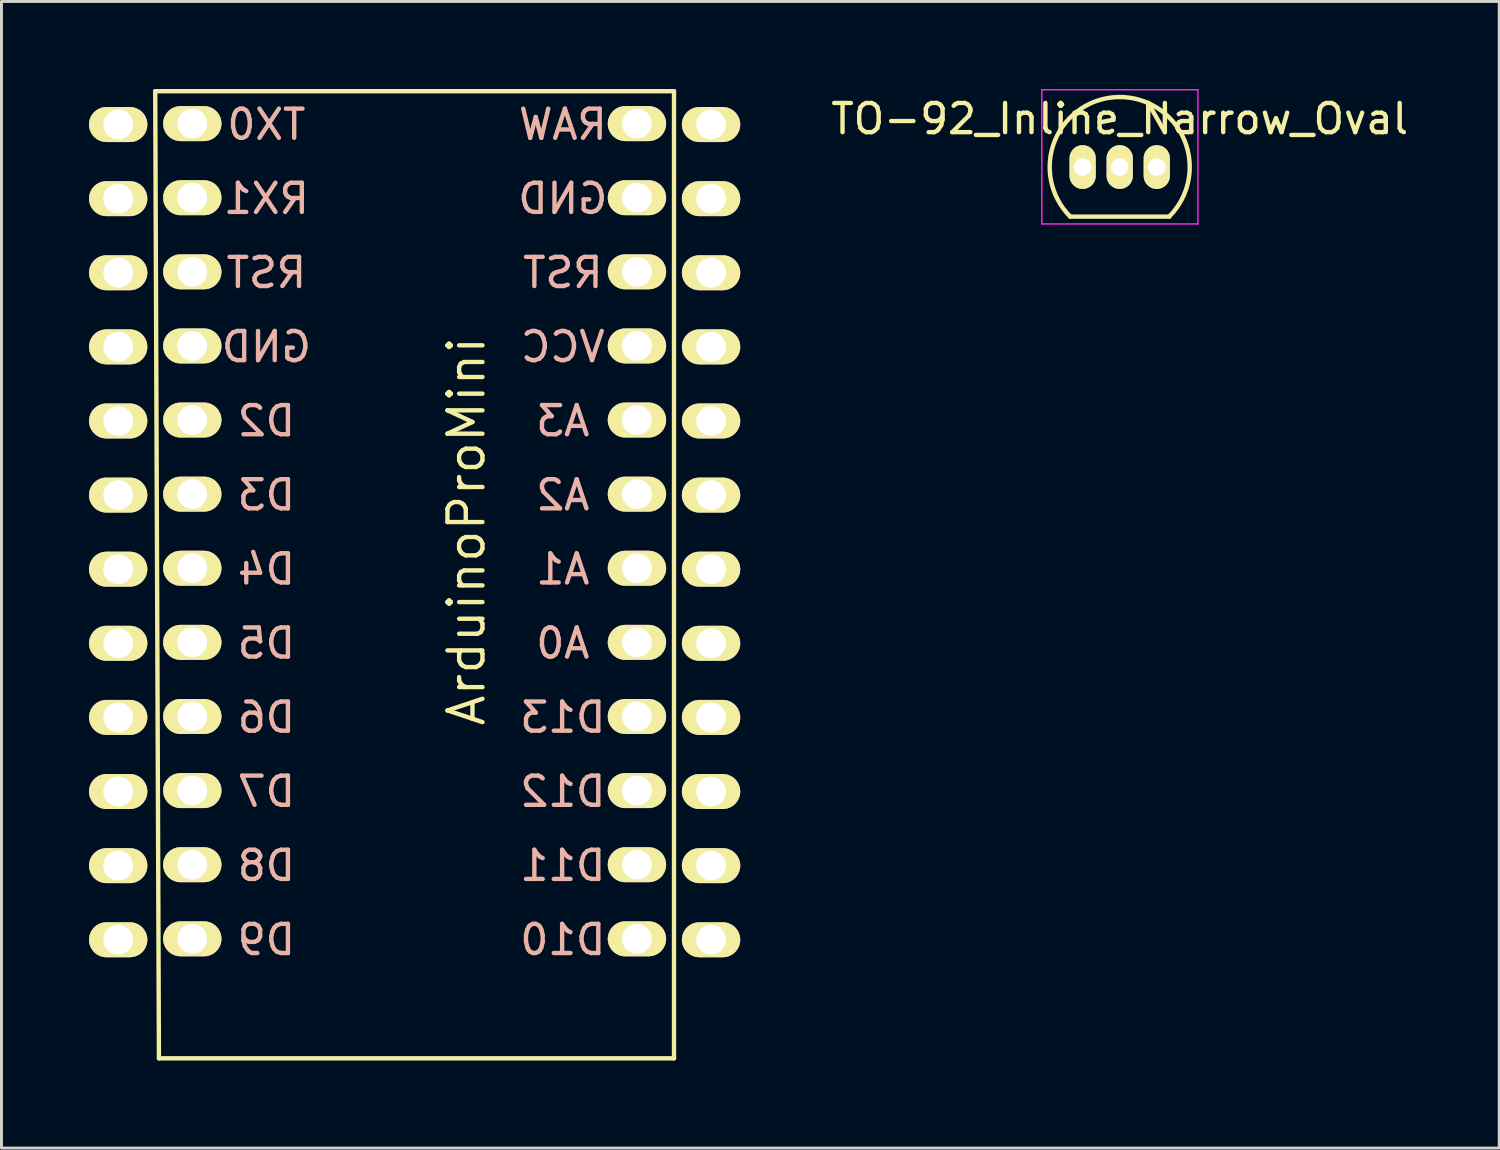
<source format=kicad_pcb>
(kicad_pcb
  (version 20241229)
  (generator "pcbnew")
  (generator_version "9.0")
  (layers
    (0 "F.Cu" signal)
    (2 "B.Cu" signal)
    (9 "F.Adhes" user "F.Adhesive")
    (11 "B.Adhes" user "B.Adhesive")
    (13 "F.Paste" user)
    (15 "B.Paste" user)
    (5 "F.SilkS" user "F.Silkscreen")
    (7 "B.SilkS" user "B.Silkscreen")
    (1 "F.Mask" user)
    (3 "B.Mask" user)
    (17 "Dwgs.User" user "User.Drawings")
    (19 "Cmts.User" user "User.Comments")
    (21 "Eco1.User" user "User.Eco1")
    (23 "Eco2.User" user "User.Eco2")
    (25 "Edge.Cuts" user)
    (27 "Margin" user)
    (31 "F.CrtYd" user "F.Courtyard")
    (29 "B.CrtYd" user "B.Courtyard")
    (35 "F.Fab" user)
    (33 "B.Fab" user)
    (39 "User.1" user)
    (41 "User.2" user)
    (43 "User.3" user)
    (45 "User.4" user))
  (footprint "ArduinoProMini"
    (layer "F.Cu")
    (at 11.16 18.998)
    (property "Reference" "ArduinoProMini" (at 1.778 -3.842 270) (layer "F.SilkS") (effects (font (size 1.2 1.2) (thickness 0.15))))
    (attr through_hole)
    (fp_line (start -8.89 -18.923) (end 8.89 -18.923) (stroke (width 0.15) (type solid)) (layer "F.SilkS"))
    (fp_line (start -8.763 14.224) (end -8.89 -18.923) (stroke (width 0.15) (type solid)) (layer "F.SilkS"))
    (fp_line (start 8.89 -18.923) (end 8.89 14.224) (stroke (width 0.15) (type solid)) (layer "F.SilkS"))
    (fp_line (start 8.89 14.224) (end -8.763 14.224) (stroke (width 0.15) (type solid)) (layer "F.SilkS"))
    (fp_text user "D6" (at -5.08 2.54 0) (layer "B.SilkS") (effects (font (size 1 1) (thickness 0.15)) (justify mirror)))
    (fp_text user "A1" (at 5.08 -2.54 0) (layer "B.SilkS") (effects (font (size 1 1) (thickness 0.15)) (justify mirror)))
    (fp_text user "D3" (at -5.08 -5.08 0) (layer "B.SilkS") (effects (font (size 1 1) (thickness 0.15)) (justify mirror)))
    (fp_text user "A0" (at 5.08 0 0) (layer "B.SilkS") (effects (font (size 1 1) (thickness 0.15)) (justify mirror)))
    (fp_text user "D8" (at -5.08 7.62 0) (layer "B.SilkS") (effects (font (size 1 1) (thickness 0.15)) (justify mirror)))
    (fp_text user "RAW" (at 5.08 -17.78 0) (layer "B.SilkS") (effects (font (size 1 1) (thickness 0.15)) (justify mirror)))
    (fp_text user "TX0" (at -5.08 -17.78 0) (layer "B.SilkS") (effects (font (size 1 1) (thickness 0.15)) (justify mirror)))
    (fp_text user "GND" (at 5.08 -15.24 0) (layer "B.SilkS") (effects (font (size 1 1) (thickness 0.15)) (justify mirror)))
    (fp_text user "RST" (at -5.08 -12.7 0) (layer "B.SilkS") (effects (font (size 1 1) (thickness 0.15)) (justify mirror)))
    (fp_text user "D10" (at 5.08 10.16 0) (layer "B.SilkS") (effects (font (size 1 1) (thickness 0.15)) (justify mirror)))
    (fp_text user "A3" (at 5.08 -7.62 0) (layer "B.SilkS") (effects (font (size 1 1) (thickness 0.15)) (justify mirror)))
    (fp_text user "D7" (at -5.08 5.08 0) (layer "B.SilkS") (effects (font (size 1 1) (thickness 0.15)) (justify mirror)))
    (fp_text user "A2" (at 5.08 -5.08 0) (layer "B.SilkS") (effects (font (size 1 1) (thickness 0.15)) (justify mirror)))
    (fp_text user "D4" (at -5.08 -2.54 0) (layer "B.SilkS") (effects (font (size 1 1) (thickness 0.15)) (justify mirror)))
    (fp_text user "D11" (at 5.08 7.62 0) (layer "B.SilkS") (effects (font (size 1 1) (thickness 0.15)) (justify mirror)))
    (fp_text user "D13" (at 5.08 2.54 0) (layer "B.SilkS") (effects (font (size 1 1) (thickness 0.15)) (justify mirror)))
    (fp_text user "RX1" (at -5.08 -15.24 0) (layer "B.SilkS") (effects (font (size 1 1) (thickness 0.15)) (justify mirror)))
    (fp_text user "D12" (at 5.08 5.08 0) (layer "B.SilkS") (effects (font (size 1 1) (thickness 0.15)) (justify mirror)))
    (fp_text user "D5" (at -5.08 0 0) (layer "B.SilkS") (effects (font (size 1 1) (thickness 0.15)) (justify mirror)))
    (fp_text user "D9" (at -5.08 10.16 0) (layer "B.SilkS") (effects (font (size 1 1) (thickness 0.15)) (justify mirror)))
    (fp_text user "GND" (at -5.08 -10.16 0) (layer "B.SilkS") (effects (font (size 1 1) (thickness 0.15)) (justify mirror)))
    (fp_text user "VCC" (at 5.08 -10.16 0) (layer "B.SilkS") (effects (font (size 1 1) (thickness 0.15)) (justify mirror)))
    (fp_text user "RST" (at 5.08 -12.7 0) (layer "B.SilkS") (effects (font (size 1 1) (thickness 0.15)) (justify mirror)))
    (fp_text user "D2" (at -5.08 -7.62 0) (layer "B.SilkS") (effects (font (size 1 1) (thickness 0.15)) (justify mirror)))
    (pad "1" thru_hole oval (at -10.16 -17.78) (size 2 1.2) (drill 1.02) (layers "*.Cu" "*.Mask" "F.SilkS"))
    (pad "1" thru_hole oval (at -7.62 -17.812 270) (size 1.2 2) (drill 1.02) (layers "*.Cu" "*.Mask" "F.SilkS"))
    (pad "2" thru_hole oval (at -10.16 -15.24) (size 2 1.2) (drill 1.02) (layers "*.Cu" "*.Mask" "F.SilkS"))
    (pad "2" thru_hole oval (at -7.62 -15.272 270) (size 1.2 2) (drill 1.02) (layers "*.Cu" "*.Mask" "F.SilkS"))
    (pad "3" thru_hole oval (at -10.16 -12.7) (size 2 1.2) (drill 1.02) (layers "*.Cu" "*.Mask" "F.SilkS"))
    (pad "3" thru_hole oval (at -7.62 -12.732 270) (size 1.2 2) (drill 1.02) (layers "*.Cu" "*.Mask" "F.SilkS"))
    (pad "4" thru_hole oval (at -10.16 -10.16) (size 2 1.2) (drill 1.02) (layers "*.Cu" "*.Mask" "F.SilkS"))
    (pad "4" thru_hole oval (at -7.62 -10.192 270) (size 1.2 2) (drill 1.02) (layers "*.Cu" "*.Mask" "F.SilkS"))
    (pad "5" thru_hole oval (at -10.16 -7.62) (size 2 1.2) (drill 1.02) (layers "*.Cu" "*.Mask" "F.SilkS"))
    (pad "5" thru_hole oval (at -7.62 -7.652 270) (size 1.2 2) (drill 1.02) (layers "*.Cu" "*.Mask" "F.SilkS"))
    (pad "6" thru_hole oval (at -10.16 -5.08) (size 2 1.2) (drill 1.02) (layers "*.Cu" "*.Mask" "F.SilkS"))
    (pad "6" thru_hole oval (at -7.62 -5.112 270) (size 1.2 2) (drill 1.02) (layers "*.Cu" "*.Mask" "F.SilkS"))
    (pad "7" thru_hole oval (at -10.16 -2.54) (size 2 1.2) (drill 1.02) (layers "*.Cu" "*.Mask" "F.SilkS"))
    (pad "7" thru_hole oval (at -7.62 -2.572 270) (size 1.2 2) (drill 1.02) (layers "*.Cu" "*.Mask" "F.SilkS"))
    (pad "8" thru_hole oval (at -10.16 0) (size 2 1.2) (drill 1.02) (layers "*.Cu" "*.Mask" "F.SilkS"))
    (pad "8" thru_hole oval (at -7.62 -0.032 270) (size 1.2 2) (drill 1.02) (layers "*.Cu" "*.Mask" "F.SilkS"))
    (pad "9" thru_hole oval (at -10.16 2.54) (size 2 1.2) (drill 1.02) (layers "*.Cu" "*.Mask" "F.SilkS"))
    (pad "9" thru_hole oval (at -7.62 2.508 270) (size 1.2 2) (drill 1.02) (layers "*.Cu" "*.Mask" "F.SilkS"))
    (pad "10" thru_hole oval (at -10.16 5.08) (size 2 1.2) (drill 1.02) (layers "*.Cu" "*.Mask" "F.SilkS"))
    (pad "10" thru_hole oval (at -7.62 5.048 270) (size 1.2 2) (drill 1.02) (layers "*.Cu" "*.Mask" "F.SilkS"))
    (pad "11" thru_hole oval (at -10.16 7.62) (size 2 1.2) (drill 1.02) (layers "*.Cu" "*.Mask" "F.SilkS"))
    (pad "11" thru_hole oval (at -7.62 7.588 270) (size 1.2 2) (drill 1.02) (layers "*.Cu" "*.Mask" "F.SilkS"))
    (pad "12" thru_hole oval (at -10.16 10.16) (size 2 1.2) (drill 1.02) (layers "*.Cu" "*.Mask" "F.SilkS"))
    (pad "12" thru_hole oval (at -7.62 10.128 270) (size 1.2 2) (drill 1.02) (layers "*.Cu" "*.Mask" "F.SilkS"))
    (pad "13" thru_hole oval (at 7.62 10.128 270) (size 1.2 2) (drill 1.02) (layers "*.Cu" "*.Mask" "F.SilkS"))
    (pad "13" thru_hole oval (at 10.16 10.16) (size 2 1.2) (drill 1.02) (layers "*.Cu" "*.Mask" "F.SilkS"))
    (pad "14" thru_hole oval (at 7.62 7.588 270) (size 1.2 2) (drill 1.02) (layers "*.Cu" "*.Mask" "F.SilkS"))
    (pad "14" thru_hole oval (at 10.16 7.62) (size 2 1.2) (drill 1.02) (layers "*.Cu" "*.Mask" "F.SilkS"))
    (pad "15" thru_hole oval (at 7.62 5.048 270) (size 1.2 2) (drill 1.02) (layers "*.Cu" "*.Mask" "F.SilkS"))
    (pad "15" thru_hole oval (at 10.16 5.08) (size 2 1.2) (drill 1.02) (layers "*.Cu" "*.Mask" "F.SilkS"))
    (pad "16" thru_hole oval (at 7.62 2.508 270) (size 1.2 2) (drill 1.02) (layers "*.Cu" "*.Mask" "F.SilkS"))
    (pad "16" thru_hole oval (at 10.16 2.54) (size 2 1.2) (drill 1.02) (layers "*.Cu" "*.Mask" "F.SilkS"))
    (pad "17" thru_hole oval (at 7.62 -0.032 270) (size 1.2 2) (drill 1.02) (layers "*.Cu" "*.Mask" "F.SilkS"))
    (pad "17" thru_hole oval (at 10.16 0) (size 2 1.2) (drill 1.02) (layers "*.Cu" "*.Mask" "F.SilkS"))
    (pad "18" thru_hole oval (at 7.62 -2.572 270) (size 1.2 2) (drill 1.02) (layers "*.Cu" "*.Mask" "F.SilkS"))
    (pad "18" thru_hole oval (at 10.16 -2.54) (size 2 1.2) (drill 1.02) (layers "*.Cu" "*.Mask" "F.SilkS"))
    (pad "19" thru_hole oval (at 7.62 -5.112 270) (size 1.2 2) (drill 1.02) (layers "*.Cu" "*.Mask" "F.SilkS"))
    (pad "19" thru_hole oval (at 10.16 -5.08) (size 2 1.2) (drill 1.02) (layers "*.Cu" "*.Mask" "F.SilkS"))
    (pad "20" thru_hole oval (at 7.62 -7.652 270) (size 1.2 2) (drill 1.02) (layers "*.Cu" "*.Mask" "F.SilkS"))
    (pad "20" thru_hole oval (at 10.16 -7.62) (size 2 1.2) (drill 1.02) (layers "*.Cu" "*.Mask" "F.SilkS"))
    (pad "21" thru_hole oval (at 7.62 -10.192 270) (size 1.2 2) (drill 1.02) (layers "*.Cu" "*.Mask" "F.SilkS"))
    (pad "21" thru_hole oval (at 10.16 -10.16) (size 2 1.2) (drill 1.02) (layers "*.Cu" "*.Mask" "F.SilkS"))
    (pad "22" thru_hole oval (at 7.62 -12.732 270) (size 1.2 2) (drill 1.02) (layers "*.Cu" "*.Mask" "F.SilkS"))
    (pad "22" thru_hole oval (at 10.16 -12.7) (size 2 1.2) (drill 1.02) (layers "*.Cu" "*.Mask" "F.SilkS"))
    (pad "23" thru_hole oval (at 7.62 -15.272 270) (size 1.2 2) (drill 1.02) (layers "*.Cu" "*.Mask" "F.SilkS"))
    (pad "23" thru_hole oval (at 10.16 -15.24) (size 2 1.2) (drill 1.02) (layers "*.Cu" "*.Mask" "F.SilkS"))
    (pad "24" thru_hole oval (at 7.62 -17.812 270) (size 1.2 2) (drill 1.02) (layers "*.Cu" "*.Mask" "F.SilkS"))
    (pad "24" thru_hole oval (at 10.16 -17.78) (size 2 1.2) (drill 1.02) (layers "*.Cu" "*.Mask" "F.SilkS")))
  (footprint "TO-92_Inline_Narrow_Oval"
    (layer "F.Cu")
    (at 34.056 2.675)
    (property "Reference" "TO-92_Inline_Narrow_Oval" (at 1.27 -1.651 0) (layer "F.SilkS") (effects (font (size 1 1) (thickness 0.15))))
    (attr through_hole)
    (fp_line (start -0.43 1.7) (end 2.97 1.7) (stroke (width 0.15) (type solid)) (layer "F.SilkS"))
    (fp_arc (start -0.427056 1.697056) (mid -0.947311 -0.91844) (end 1.27 -2.4) (stroke (width 0.15) (type solid)) (layer "F.SilkS"))
    (fp_arc (start 1.27 -2.4) (mid 3.487311 -0.91844) (end 2.967056 1.697056) (stroke (width 0.15) (type solid)) (layer "F.SilkS"))
    (fp_line (start -1.4 -2.65) (end 3.95 -2.65) (stroke (width 0.05) (type solid)) (layer "F.CrtYd"))
    (fp_line (start -1.4 1.95) (end -1.4 -2.65) (stroke (width 0.05) (type solid)) (layer "F.CrtYd"))
    (fp_line (start -1.4 1.95) (end 3.95 1.95) (stroke (width 0.05) (type solid)) (layer "F.CrtYd"))
    (fp_line (start 3.95 1.95) (end 3.95 -2.65) (stroke (width 0.05) (type solid)) (layer "F.CrtYd"))
    (pad "1" thru_hole oval (at 2.54 0 180) (size 0.899 1.501) (drill 0.6) (layers "*.Cu" "*.Mask" "F.SilkS"))
    (pad "2" thru_hole oval (at 1.27 0 180) (size 0.899 1.501) (drill 0.6) (layers "*.Cu" "*.Mask" "F.SilkS"))
    (pad "3" thru_hole oval (at 0 0 180) (size 0.899 1.501) (drill 0.6) (layers "*.Cu" "*.Mask" "F.SilkS")))
  (gr_rect
    (start -3 -3)
    (end 48.332 36.297)
    (stroke (width 0.1) (type default))
    (fill no)
    (layer "Edge.Cuts")))
</source>
